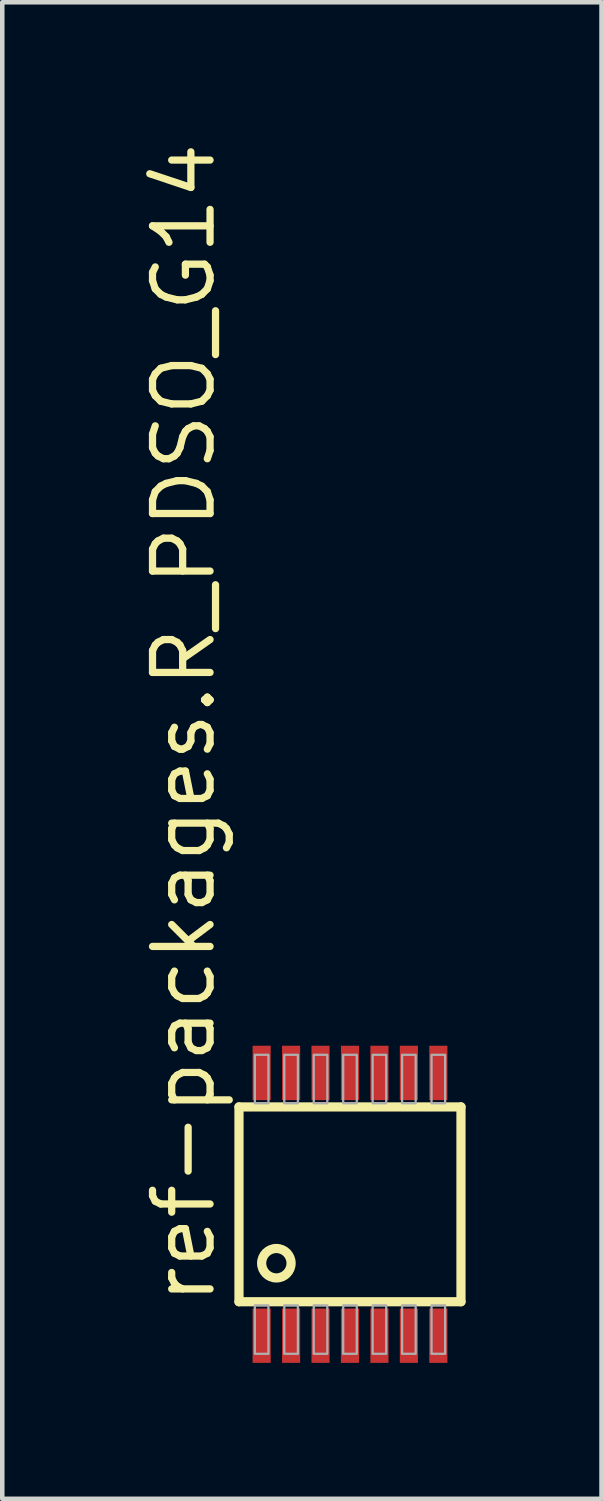
<source format=kicad_pcb>
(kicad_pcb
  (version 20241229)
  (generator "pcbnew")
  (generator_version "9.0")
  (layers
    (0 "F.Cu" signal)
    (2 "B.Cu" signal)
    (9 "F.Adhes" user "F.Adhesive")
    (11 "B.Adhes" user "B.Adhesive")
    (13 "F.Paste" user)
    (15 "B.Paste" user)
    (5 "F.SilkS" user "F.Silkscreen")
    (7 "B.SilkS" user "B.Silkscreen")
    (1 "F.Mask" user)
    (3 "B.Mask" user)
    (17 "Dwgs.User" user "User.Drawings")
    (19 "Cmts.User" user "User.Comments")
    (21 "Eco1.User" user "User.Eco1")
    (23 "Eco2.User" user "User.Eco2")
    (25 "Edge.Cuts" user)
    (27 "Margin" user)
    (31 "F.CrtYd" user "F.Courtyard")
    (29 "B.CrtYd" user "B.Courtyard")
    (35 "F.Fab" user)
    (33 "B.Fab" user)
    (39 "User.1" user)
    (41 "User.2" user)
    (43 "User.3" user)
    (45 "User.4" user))
  (footprint "ref-packages.R_PDSO_G14"
    (layer "F.Cu")
    (at 4.675 23.532)
    (property "Reference" "ref-packages.R_PDSO_G14" (at -2.925 2.275 90) (layer "F.SilkS") (effects (font (size 1.27 1.27) (thickness 0.16)) (justify left bottom)))
    (attr smd)
    (fp_line (start -2.45 -2.15) (end 2.45 -2.15) (stroke (width 0.203) (type default)) (layer "F.SilkS"))
    (fp_line (start -2.45 2.15) (end -2.45 -2.15) (stroke (width 0.203) (type default)) (layer "F.SilkS"))
    (fp_line (start 2.45 -2.15) (end 2.45 2.15) (stroke (width 0.203) (type default)) (layer "F.SilkS"))
    (fp_line (start 2.45 2.15) (end -2.45 2.15) (stroke (width 0.203) (type default)) (layer "F.SilkS"))
    (fp_circle (center -1.625 1.3) (end -1.3 1.3) (stroke (width 0.203) (type default)) (fill no) (layer "F.SilkS"))
    (fp_rect (start -2.1 -2.23) (end -1.8 -3.3) (stroke (width 0.05) (type default)) (fill no) (layer "F.Fab"))
    (fp_rect (start -2.1 3.3) (end -1.8 2.23) (stroke (width 0.05) (type default)) (fill no) (layer "F.Fab"))
    (fp_rect (start -1.45 -2.23) (end -1.15 -3.3) (stroke (width 0.05) (type default)) (fill no) (layer "F.Fab"))
    (fp_rect (start -1.45 3.3) (end -1.15 2.23) (stroke (width 0.05) (type default)) (fill no) (layer "F.Fab"))
    (fp_rect (start -0.8 -2.23) (end -0.5 -3.3) (stroke (width 0.05) (type default)) (fill no) (layer "F.Fab"))
    (fp_rect (start -0.8 3.3) (end -0.5 2.23) (stroke (width 0.05) (type default)) (fill no) (layer "F.Fab"))
    (fp_rect (start -0.15 -2.23) (end 0.15 -3.3) (stroke (width 0.05) (type default)) (fill no) (layer "F.Fab"))
    (fp_rect (start -0.15 3.3) (end 0.15 2.23) (stroke (width 0.05) (type default)) (fill no) (layer "F.Fab"))
    (fp_rect (start 0.5 -2.23) (end 0.8 -3.3) (stroke (width 0.05) (type default)) (fill no) (layer "F.Fab"))
    (fp_rect (start 0.5 3.3) (end 0.8 2.23) (stroke (width 0.05) (type default)) (fill no) (layer "F.Fab"))
    (fp_rect (start 1.15 -2.23) (end 1.45 -3.3) (stroke (width 0.05) (type default)) (fill no) (layer "F.Fab"))
    (fp_rect (start 1.15 3.3) (end 1.45 2.23) (stroke (width 0.05) (type default)) (fill no) (layer "F.Fab"))
    (fp_rect (start 1.8 -2.23) (end 2.1 -3.3) (stroke (width 0.05) (type default)) (fill no) (layer "F.Fab"))
    (fp_rect (start 1.8 3.3) (end 2.1 2.23) (stroke (width 0.05) (type default)) (fill no) (layer "F.Fab"))
    (pad "1" smd roundrect (at -1.95 2.9) (size 0.4 1.2) (layers "F.Cu" "F.Mask" "F.Paste") (roundrect_rratio 0.01))
    (pad "2" smd roundrect (at -1.3 2.9) (size 0.4 1.2) (layers "F.Cu" "F.Mask" "F.Paste") (roundrect_rratio 0.01))
    (pad "3" smd roundrect (at -0.65 2.9) (size 0.4 1.2) (layers "F.Cu" "F.Mask" "F.Paste") (roundrect_rratio 0.01))
    (pad "4" smd roundrect (at 0 2.9) (size 0.4 1.2) (layers "F.Cu" "F.Mask" "F.Paste") (roundrect_rratio 0.01))
    (pad "5" smd roundrect (at 0.65 2.9) (size 0.4 1.2) (layers "F.Cu" "F.Mask" "F.Paste") (roundrect_rratio 0.01))
    (pad "6" smd roundrect (at 1.3 2.9) (size 0.4 1.2) (layers "F.Cu" "F.Mask" "F.Paste") (roundrect_rratio 0.01))
    (pad "7" smd roundrect (at 1.95 2.9) (size 0.4 1.2) (layers "F.Cu" "F.Mask" "F.Paste") (roundrect_rratio 0.01))
    (pad "8" smd roundrect (at 1.95 -2.9 180) (size 0.4 1.2) (layers "F.Cu" "F.Mask" "F.Paste") (roundrect_rratio 0.01))
    (pad "9" smd roundrect (at 1.3 -2.9 180) (size 0.4 1.2) (layers "F.Cu" "F.Mask" "F.Paste") (roundrect_rratio 0.01))
    (pad "10" smd roundrect (at 0.65 -2.9 180) (size 0.4 1.2) (layers "F.Cu" "F.Mask" "F.Paste") (roundrect_rratio 0.01))
    (pad "11" smd roundrect (at 0 -2.9 180) (size 0.4 1.2) (layers "F.Cu" "F.Mask" "F.Paste") (roundrect_rratio 0.01))
    (pad "12" smd roundrect (at -0.65 -2.9 180) (size 0.4 1.2) (layers "F.Cu" "F.Mask" "F.Paste") (roundrect_rratio 0.01))
    (pad "13" smd roundrect (at -1.3 -2.9 180) (size 0.4 1.2) (layers "F.Cu" "F.Mask" "F.Paste") (roundrect_rratio 0.01))
    (pad "14" smd roundrect (at -1.95 -2.9 180) (size 0.4 1.2) (layers "F.Cu" "F.Mask" "F.Paste") (roundrect_rratio 0.01)))
  (gr_rect
    (start -3 -3)
    (end 10.227 30.032)
    (stroke (width 0.1) (type default))
    (fill no)
    (layer "Edge.Cuts")))
</source>
